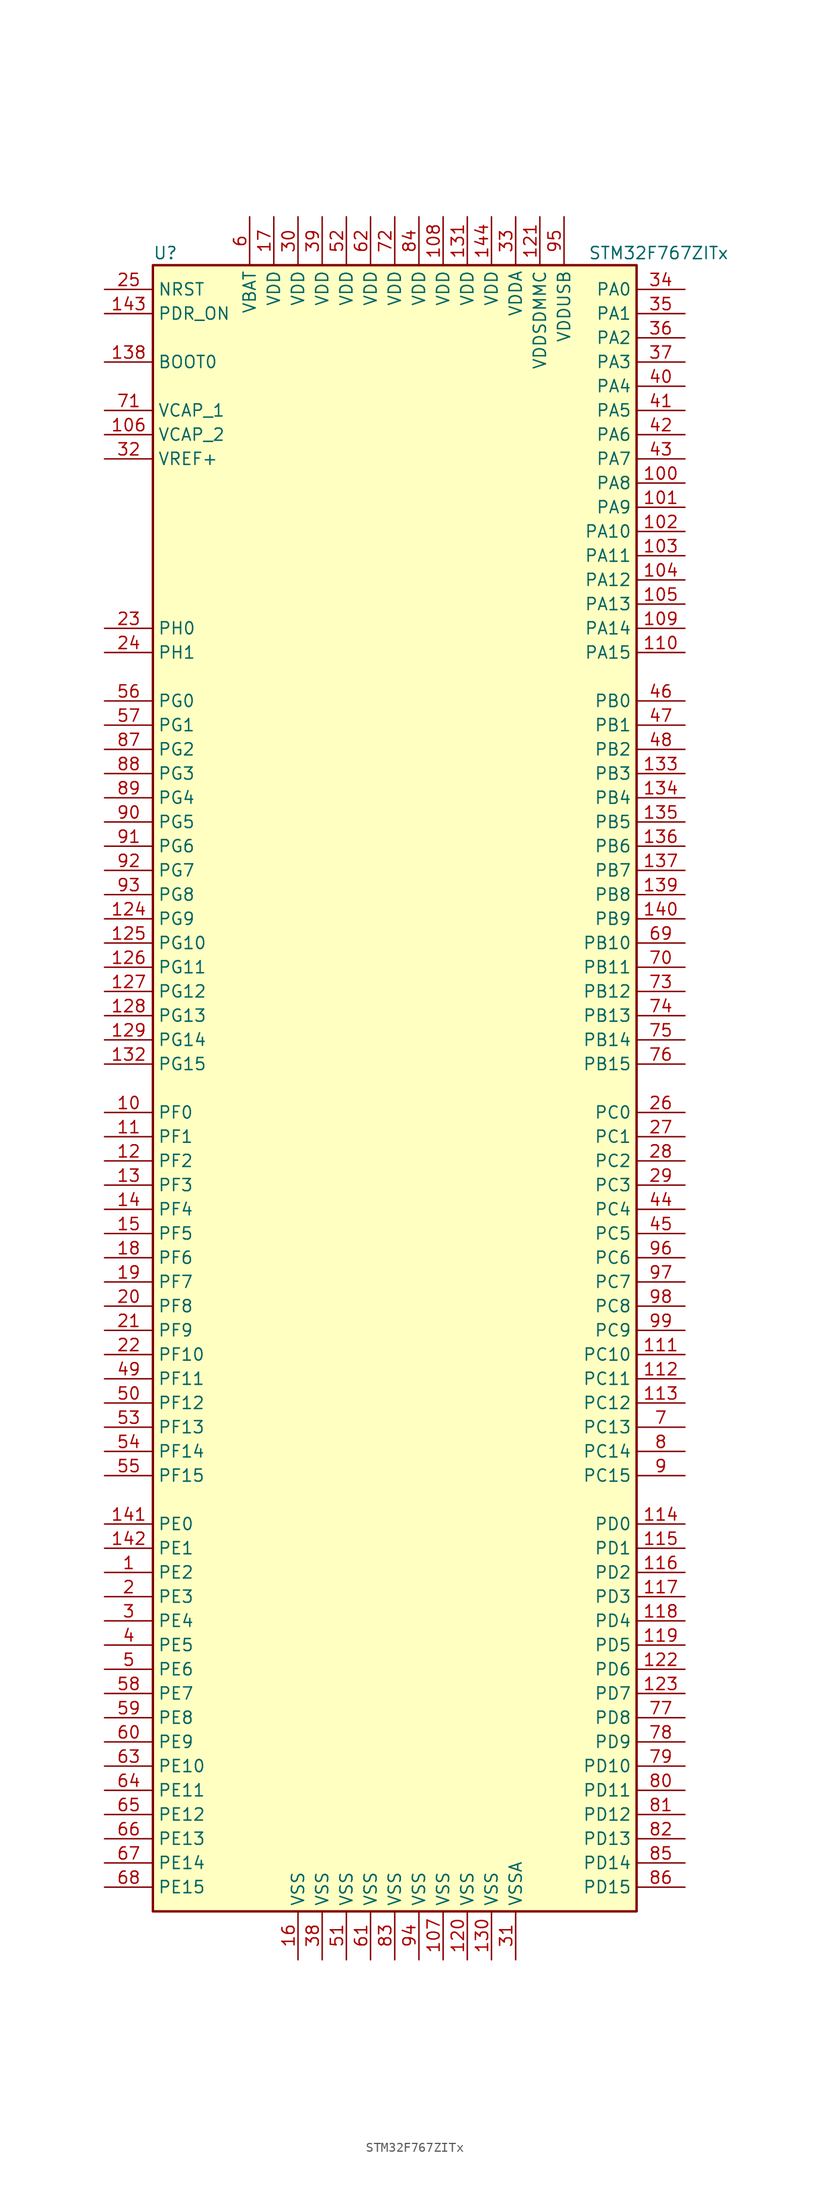
<source format=kicad_sym>
(kicad_symbol_lib
  (version 20201005)
  (generator kicad_symbol_editor)
  (symbol "MCU_ST_STM32F7:STM32F767ZITx"
    (property "Reference" "U"
      (at -25.4 87.63 0)
      (effects (font (size 1.27 1.27)) (justify left)))
    (property "Value" "STM32F767ZITx"
      (at 20.32 87.63 0)
      (effects (font (size 1.27 1.27)) (justify left)))
    (symbol "STM32F767ZITx_0_1"
      (rectangle (start -25.4 -86.36) (end 25.4 86.36) (stroke (width 0.254)) (fill (type background))))
    (symbol "STM32F767ZITx_1_1"
      (pin input line (at -30.48 76.2 0) (length 5.08) (name "BOOT0" (effects (font (size 1.27 1.27)))) (number "138" (effects (font (size 1.27 1.27)))))
      (pin input line (at -30.48 83.82 0) (length 5.08) (name "NRST" (effects (font (size 1.27 1.27)))) (number "25" (effects (font (size 1.27 1.27)))))
      (pin bidirectional line (at 30.48 83.82 180) (length 5.08) (name "PA0" (effects (font (size 1.27 1.27)))) (number "34" (effects (font (size 1.27 1.27)))))
      (pin bidirectional line (at 30.48 81.28 180) (length 5.08) (name "PA1" (effects (font (size 1.27 1.27)))) (number "35" (effects (font (size 1.27 1.27)))))
      (pin bidirectional line (at 30.48 58.42 180) (length 5.08) (name "PA10" (effects (font (size 1.27 1.27)))) (number "102" (effects (font (size 1.27 1.27)))))
      (pin bidirectional line (at 30.48 55.88 180) (length 5.08) (name "PA11" (effects (font (size 1.27 1.27)))) (number "103" (effects (font (size 1.27 1.27)))))
      (pin bidirectional line (at 30.48 53.34 180) (length 5.08) (name "PA12" (effects (font (size 1.27 1.27)))) (number "104" (effects (font (size 1.27 1.27)))))
      (pin bidirectional line (at 30.48 50.8 180) (length 5.08) (name "PA13" (effects (font (size 1.27 1.27)))) (number "105" (effects (font (size 1.27 1.27)))))
      (pin bidirectional line (at 30.48 48.26 180) (length 5.08) (name "PA14" (effects (font (size 1.27 1.27)))) (number "109" (effects (font (size 1.27 1.27)))))
      (pin bidirectional line (at 30.48 45.72 180) (length 5.08) (name "PA15" (effects (font (size 1.27 1.27)))) (number "110" (effects (font (size 1.27 1.27)))))
      (pin bidirectional line (at 30.48 78.74 180) (length 5.08) (name "PA2" (effects (font (size 1.27 1.27)))) (number "36" (effects (font (size 1.27 1.27)))))
      (pin bidirectional line (at 30.48 76.2 180) (length 5.08) (name "PA3" (effects (font (size 1.27 1.27)))) (number "37" (effects (font (size 1.27 1.27)))))
      (pin bidirectional line (at 30.48 73.66 180) (length 5.08) (name "PA4" (effects (font (size 1.27 1.27)))) (number "40" (effects (font (size 1.27 1.27)))))
      (pin bidirectional line (at 30.48 71.12 180) (length 5.08) (name "PA5" (effects (font (size 1.27 1.27)))) (number "41" (effects (font (size 1.27 1.27)))))
      (pin bidirectional line (at 30.48 68.58 180) (length 5.08) (name "PA6" (effects (font (size 1.27 1.27)))) (number "42" (effects (font (size 1.27 1.27)))))
      (pin bidirectional line (at 30.48 66.04 180) (length 5.08) (name "PA7" (effects (font (size 1.27 1.27)))) (number "43" (effects (font (size 1.27 1.27)))))
      (pin bidirectional line (at 30.48 63.5 180) (length 5.08) (name "PA8" (effects (font (size 1.27 1.27)))) (number "100" (effects (font (size 1.27 1.27)))))
      (pin bidirectional line (at 30.48 60.96 180) (length 5.08) (name "PA9" (effects (font (size 1.27 1.27)))) (number "101" (effects (font (size 1.27 1.27)))))
      (pin bidirectional line (at 30.48 40.64 180) (length 5.08) (name "PB0" (effects (font (size 1.27 1.27)))) (number "46" (effects (font (size 1.27 1.27)))))
      (pin bidirectional line (at 30.48 38.1 180) (length 5.08) (name "PB1" (effects (font (size 1.27 1.27)))) (number "47" (effects (font (size 1.27 1.27)))))
      (pin bidirectional line (at 30.48 15.24 180) (length 5.08) (name "PB10" (effects (font (size 1.27 1.27)))) (number "69" (effects (font (size 1.27 1.27)))))
      (pin bidirectional line (at 30.48 12.7 180) (length 5.08) (name "PB11" (effects (font (size 1.27 1.27)))) (number "70" (effects (font (size 1.27 1.27)))))
      (pin bidirectional line (at 30.48 10.16 180) (length 5.08) (name "PB12" (effects (font (size 1.27 1.27)))) (number "73" (effects (font (size 1.27 1.27)))))
      (pin bidirectional line (at 30.48 7.62 180) (length 5.08) (name "PB13" (effects (font (size 1.27 1.27)))) (number "74" (effects (font (size 1.27 1.27)))))
      (pin bidirectional line (at 30.48 5.08 180) (length 5.08) (name "PB14" (effects (font (size 1.27 1.27)))) (number "75" (effects (font (size 1.27 1.27)))))
      (pin bidirectional line (at 30.48 2.54 180) (length 5.08) (name "PB15" (effects (font (size 1.27 1.27)))) (number "76" (effects (font (size 1.27 1.27)))))
      (pin bidirectional line (at 30.48 35.56 180) (length 5.08) (name "PB2" (effects (font (size 1.27 1.27)))) (number "48" (effects (font (size 1.27 1.27)))))
      (pin bidirectional line (at 30.48 33.02 180) (length 5.08) (name "PB3" (effects (font (size 1.27 1.27)))) (number "133" (effects (font (size 1.27 1.27)))))
      (pin bidirectional line (at 30.48 30.48 180) (length 5.08) (name "PB4" (effects (font (size 1.27 1.27)))) (number "134" (effects (font (size 1.27 1.27)))))
      (pin bidirectional line (at 30.48 27.94 180) (length 5.08) (name "PB5" (effects (font (size 1.27 1.27)))) (number "135" (effects (font (size 1.27 1.27)))))
      (pin bidirectional line (at 30.48 25.4 180) (length 5.08) (name "PB6" (effects (font (size 1.27 1.27)))) (number "136" (effects (font (size 1.27 1.27)))))
      (pin bidirectional line (at 30.48 22.86 180) (length 5.08) (name "PB7" (effects (font (size 1.27 1.27)))) (number "137" (effects (font (size 1.27 1.27)))))
      (pin bidirectional line (at 30.48 20.32 180) (length 5.08) (name "PB8" (effects (font (size 1.27 1.27)))) (number "139" (effects (font (size 1.27 1.27)))))
      (pin bidirectional line (at 30.48 17.78 180) (length 5.08) (name "PB9" (effects (font (size 1.27 1.27)))) (number "140" (effects (font (size 1.27 1.27)))))
      (pin bidirectional line (at 30.48 -2.54 180) (length 5.08) (name "PC0" (effects (font (size 1.27 1.27)))) (number "26" (effects (font (size 1.27 1.27)))))
      (pin bidirectional line (at 30.48 -5.08 180) (length 5.08) (name "PC1" (effects (font (size 1.27 1.27)))) (number "27" (effects (font (size 1.27 1.27)))))
      (pin bidirectional line (at 30.48 -27.94 180) (length 5.08) (name "PC10" (effects (font (size 1.27 1.27)))) (number "111" (effects (font (size 1.27 1.27)))))
      (pin bidirectional line (at 30.48 -30.48 180) (length 5.08) (name "PC11" (effects (font (size 1.27 1.27)))) (number "112" (effects (font (size 1.27 1.27)))))
      (pin bidirectional line (at 30.48 -33.02 180) (length 5.08) (name "PC12" (effects (font (size 1.27 1.27)))) (number "113" (effects (font (size 1.27 1.27)))))
      (pin bidirectional line (at 30.48 -35.56 180) (length 5.08) (name "PC13" (effects (font (size 1.27 1.27)))) (number "7" (effects (font (size 1.27 1.27)))))
      (pin bidirectional line (at 30.48 -38.1 180) (length 5.08) (name "PC14" (effects (font (size 1.27 1.27)))) (number "8" (effects (font (size 1.27 1.27)))))
      (pin bidirectional line (at 30.48 -40.64 180) (length 5.08) (name "PC15" (effects (font (size 1.27 1.27)))) (number "9" (effects (font (size 1.27 1.27)))))
      (pin bidirectional line (at 30.48 -7.62 180) (length 5.08) (name "PC2" (effects (font (size 1.27 1.27)))) (number "28" (effects (font (size 1.27 1.27)))))
      (pin bidirectional line (at 30.48 -10.16 180) (length 5.08) (name "PC3" (effects (font (size 1.27 1.27)))) (number "29" (effects (font (size 1.27 1.27)))))
      (pin bidirectional line (at 30.48 -12.7 180) (length 5.08) (name "PC4" (effects (font (size 1.27 1.27)))) (number "44" (effects (font (size 1.27 1.27)))))
      (pin bidirectional line (at 30.48 -15.24 180) (length 5.08) (name "PC5" (effects (font (size 1.27 1.27)))) (number "45" (effects (font (size 1.27 1.27)))))
      (pin bidirectional line (at 30.48 -17.78 180) (length 5.08) (name "PC6" (effects (font (size 1.27 1.27)))) (number "96" (effects (font (size 1.27 1.27)))))
      (pin bidirectional line (at 30.48 -20.32 180) (length 5.08) (name "PC7" (effects (font (size 1.27 1.27)))) (number "97" (effects (font (size 1.27 1.27)))))
      (pin bidirectional line (at 30.48 -22.86 180) (length 5.08) (name "PC8" (effects (font (size 1.27 1.27)))) (number "98" (effects (font (size 1.27 1.27)))))
      (pin bidirectional line (at 30.48 -25.4 180) (length 5.08) (name "PC9" (effects (font (size 1.27 1.27)))) (number "99" (effects (font (size 1.27 1.27)))))
      (pin bidirectional line (at 30.48 -45.72 180) (length 5.08) (name "PD0" (effects (font (size 1.27 1.27)))) (number "114" (effects (font (size 1.27 1.27)))))
      (pin bidirectional line (at 30.48 -48.26 180) (length 5.08) (name "PD1" (effects (font (size 1.27 1.27)))) (number "115" (effects (font (size 1.27 1.27)))))
      (pin bidirectional line (at 30.48 -71.12 180) (length 5.08) (name "PD10" (effects (font (size 1.27 1.27)))) (number "79" (effects (font (size 1.27 1.27)))))
      (pin bidirectional line (at 30.48 -73.66 180) (length 5.08) (name "PD11" (effects (font (size 1.27 1.27)))) (number "80" (effects (font (size 1.27 1.27)))))
      (pin bidirectional line (at 30.48 -76.2 180) (length 5.08) (name "PD12" (effects (font (size 1.27 1.27)))) (number "81" (effects (font (size 1.27 1.27)))))
      (pin bidirectional line (at 30.48 -78.74 180) (length 5.08) (name "PD13" (effects (font (size 1.27 1.27)))) (number "82" (effects (font (size 1.27 1.27)))))
      (pin bidirectional line (at 30.48 -81.28 180) (length 5.08) (name "PD14" (effects (font (size 1.27 1.27)))) (number "85" (effects (font (size 1.27 1.27)))))
      (pin bidirectional line (at 30.48 -83.82 180) (length 5.08) (name "PD15" (effects (font (size 1.27 1.27)))) (number "86" (effects (font (size 1.27 1.27)))))
      (pin bidirectional line (at 30.48 -50.8 180) (length 5.08) (name "PD2" (effects (font (size 1.27 1.27)))) (number "116" (effects (font (size 1.27 1.27)))))
      (pin bidirectional line (at 30.48 -53.34 180) (length 5.08) (name "PD3" (effects (font (size 1.27 1.27)))) (number "117" (effects (font (size 1.27 1.27)))))
      (pin bidirectional line (at 30.48 -55.88 180) (length 5.08) (name "PD4" (effects (font (size 1.27 1.27)))) (number "118" (effects (font (size 1.27 1.27)))))
      (pin bidirectional line (at 30.48 -58.42 180) (length 5.08) (name "PD5" (effects (font (size 1.27 1.27)))) (number "119" (effects (font (size 1.27 1.27)))))
      (pin bidirectional line (at 30.48 -60.96 180) (length 5.08) (name "PD6" (effects (font (size 1.27 1.27)))) (number "122" (effects (font (size 1.27 1.27)))))
      (pin bidirectional line (at 30.48 -63.5 180) (length 5.08) (name "PD7" (effects (font (size 1.27 1.27)))) (number "123" (effects (font (size 1.27 1.27)))))
      (pin bidirectional line (at 30.48 -66.04 180) (length 5.08) (name "PD8" (effects (font (size 1.27 1.27)))) (number "77" (effects (font (size 1.27 1.27)))))
      (pin bidirectional line (at 30.48 -68.58 180) (length 5.08) (name "PD9" (effects (font (size 1.27 1.27)))) (number "78" (effects (font (size 1.27 1.27)))))
      (pin input line (at -30.48 81.28 0) (length 5.08) (name "PDR_ON" (effects (font (size 1.27 1.27)))) (number "143" (effects (font (size 1.27 1.27)))))
      (pin bidirectional line (at -30.48 -45.72 0) (length 5.08) (name "PE0" (effects (font (size 1.27 1.27)))) (number "141" (effects (font (size 1.27 1.27)))))
      (pin bidirectional line (at -30.48 -48.26 0) (length 5.08) (name "PE1" (effects (font (size 1.27 1.27)))) (number "142" (effects (font (size 1.27 1.27)))))
      (pin bidirectional line (at -30.48 -71.12 0) (length 5.08) (name "PE10" (effects (font (size 1.27 1.27)))) (number "63" (effects (font (size 1.27 1.27)))))
      (pin bidirectional line (at -30.48 -73.66 0) (length 5.08) (name "PE11" (effects (font (size 1.27 1.27)))) (number "64" (effects (font (size 1.27 1.27)))))
      (pin bidirectional line (at -30.48 -76.2 0) (length 5.08) (name "PE12" (effects (font (size 1.27 1.27)))) (number "65" (effects (font (size 1.27 1.27)))))
      (pin bidirectional line (at -30.48 -78.74 0) (length 5.08) (name "PE13" (effects (font (size 1.27 1.27)))) (number "66" (effects (font (size 1.27 1.27)))))
      (pin bidirectional line (at -30.48 -81.28 0) (length 5.08) (name "PE14" (effects (font (size 1.27 1.27)))) (number "67" (effects (font (size 1.27 1.27)))))
      (pin bidirectional line (at -30.48 -83.82 0) (length 5.08) (name "PE15" (effects (font (size 1.27 1.27)))) (number "68" (effects (font (size 1.27 1.27)))))
      (pin bidirectional line (at -30.48 -50.8 0) (length 5.08) (name "PE2" (effects (font (size 1.27 1.27)))) (number "1" (effects (font (size 1.27 1.27)))))
      (pin bidirectional line (at -30.48 -53.34 0) (length 5.08) (name "PE3" (effects (font (size 1.27 1.27)))) (number "2" (effects (font (size 1.27 1.27)))))
      (pin bidirectional line (at -30.48 -55.88 0) (length 5.08) (name "PE4" (effects (font (size 1.27 1.27)))) (number "3" (effects (font (size 1.27 1.27)))))
      (pin bidirectional line (at -30.48 -58.42 0) (length 5.08) (name "PE5" (effects (font (size 1.27 1.27)))) (number "4" (effects (font (size 1.27 1.27)))))
      (pin bidirectional line (at -30.48 -60.96 0) (length 5.08) (name "PE6" (effects (font (size 1.27 1.27)))) (number "5" (effects (font (size 1.27 1.27)))))
      (pin bidirectional line (at -30.48 -63.5 0) (length 5.08) (name "PE7" (effects (font (size 1.27 1.27)))) (number "58" (effects (font (size 1.27 1.27)))))
      (pin bidirectional line (at -30.48 -66.04 0) (length 5.08) (name "PE8" (effects (font (size 1.27 1.27)))) (number "59" (effects (font (size 1.27 1.27)))))
      (pin bidirectional line (at -30.48 -68.58 0) (length 5.08) (name "PE9" (effects (font (size 1.27 1.27)))) (number "60" (effects (font (size 1.27 1.27)))))
      (pin bidirectional line (at -30.48 -2.54 0) (length 5.08) (name "PF0" (effects (font (size 1.27 1.27)))) (number "10" (effects (font (size 1.27 1.27)))))
      (pin bidirectional line (at -30.48 -5.08 0) (length 5.08) (name "PF1" (effects (font (size 1.27 1.27)))) (number "11" (effects (font (size 1.27 1.27)))))
      (pin bidirectional line (at -30.48 -27.94 0) (length 5.08) (name "PF10" (effects (font (size 1.27 1.27)))) (number "22" (effects (font (size 1.27 1.27)))))
      (pin bidirectional line (at -30.48 -30.48 0) (length 5.08) (name "PF11" (effects (font (size 1.27 1.27)))) (number "49" (effects (font (size 1.27 1.27)))))
      (pin bidirectional line (at -30.48 -33.02 0) (length 5.08) (name "PF12" (effects (font (size 1.27 1.27)))) (number "50" (effects (font (size 1.27 1.27)))))
      (pin bidirectional line (at -30.48 -35.56 0) (length 5.08) (name "PF13" (effects (font (size 1.27 1.27)))) (number "53" (effects (font (size 1.27 1.27)))))
      (pin bidirectional line (at -30.48 -38.1 0) (length 5.08) (name "PF14" (effects (font (size 1.27 1.27)))) (number "54" (effects (font (size 1.27 1.27)))))
      (pin bidirectional line (at -30.48 -40.64 0) (length 5.08) (name "PF15" (effects (font (size 1.27 1.27)))) (number "55" (effects (font (size 1.27 1.27)))))
      (pin bidirectional line (at -30.48 -7.62 0) (length 5.08) (name "PF2" (effects (font (size 1.27 1.27)))) (number "12" (effects (font (size 1.27 1.27)))))
      (pin bidirectional line (at -30.48 -10.16 0) (length 5.08) (name "PF3" (effects (font (size 1.27 1.27)))) (number "13" (effects (font (size 1.27 1.27)))))
      (pin bidirectional line (at -30.48 -12.7 0) (length 5.08) (name "PF4" (effects (font (size 1.27 1.27)))) (number "14" (effects (font (size 1.27 1.27)))))
      (pin bidirectional line (at -30.48 -15.24 0) (length 5.08) (name "PF5" (effects (font (size 1.27 1.27)))) (number "15" (effects (font (size 1.27 1.27)))))
      (pin bidirectional line (at -30.48 -17.78 0) (length 5.08) (name "PF6" (effects (font (size 1.27 1.27)))) (number "18" (effects (font (size 1.27 1.27)))))
      (pin bidirectional line (at -30.48 -20.32 0) (length 5.08) (name "PF7" (effects (font (size 1.27 1.27)))) (number "19" (effects (font (size 1.27 1.27)))))
      (pin bidirectional line (at -30.48 -22.86 0) (length 5.08) (name "PF8" (effects (font (size 1.27 1.27)))) (number "20" (effects (font (size 1.27 1.27)))))
      (pin bidirectional line (at -30.48 -25.4 0) (length 5.08) (name "PF9" (effects (font (size 1.27 1.27)))) (number "21" (effects (font (size 1.27 1.27)))))
      (pin bidirectional line (at -30.48 40.64 0) (length 5.08) (name "PG0" (effects (font (size 1.27 1.27)))) (number "56" (effects (font (size 1.27 1.27)))))
      (pin bidirectional line (at -30.48 38.1 0) (length 5.08) (name "PG1" (effects (font (size 1.27 1.27)))) (number "57" (effects (font (size 1.27 1.27)))))
      (pin bidirectional line (at -30.48 15.24 0) (length 5.08) (name "PG10" (effects (font (size 1.27 1.27)))) (number "125" (effects (font (size 1.27 1.27)))))
      (pin bidirectional line (at -30.48 12.7 0) (length 5.08) (name "PG11" (effects (font (size 1.27 1.27)))) (number "126" (effects (font (size 1.27 1.27)))))
      (pin bidirectional line (at -30.48 10.16 0) (length 5.08) (name "PG12" (effects (font (size 1.27 1.27)))) (number "127" (effects (font (size 1.27 1.27)))))
      (pin bidirectional line (at -30.48 7.62 0) (length 5.08) (name "PG13" (effects (font (size 1.27 1.27)))) (number "128" (effects (font (size 1.27 1.27)))))
      (pin bidirectional line (at -30.48 5.08 0) (length 5.08) (name "PG14" (effects (font (size 1.27 1.27)))) (number "129" (effects (font (size 1.27 1.27)))))
      (pin bidirectional line (at -30.48 2.54 0) (length 5.08) (name "PG15" (effects (font (size 1.27 1.27)))) (number "132" (effects (font (size 1.27 1.27)))))
      (pin bidirectional line (at -30.48 35.56 0) (length 5.08) (name "PG2" (effects (font (size 1.27 1.27)))) (number "87" (effects (font (size 1.27 1.27)))))
      (pin bidirectional line (at -30.48 33.02 0) (length 5.08) (name "PG3" (effects (font (size 1.27 1.27)))) (number "88" (effects (font (size 1.27 1.27)))))
      (pin bidirectional line (at -30.48 30.48 0) (length 5.08) (name "PG4" (effects (font (size 1.27 1.27)))) (number "89" (effects (font (size 1.27 1.27)))))
      (pin bidirectional line (at -30.48 27.94 0) (length 5.08) (name "PG5" (effects (font (size 1.27 1.27)))) (number "90" (effects (font (size 1.27 1.27)))))
      (pin bidirectional line (at -30.48 25.4 0) (length 5.08) (name "PG6" (effects (font (size 1.27 1.27)))) (number "91" (effects (font (size 1.27 1.27)))))
      (pin bidirectional line (at -30.48 22.86 0) (length 5.08) (name "PG7" (effects (font (size 1.27 1.27)))) (number "92" (effects (font (size 1.27 1.27)))))
      (pin bidirectional line (at -30.48 20.32 0) (length 5.08) (name "PG8" (effects (font (size 1.27 1.27)))) (number "93" (effects (font (size 1.27 1.27)))))
      (pin bidirectional line (at -30.48 17.78 0) (length 5.08) (name "PG9" (effects (font (size 1.27 1.27)))) (number "124" (effects (font (size 1.27 1.27)))))
      (pin input line (at -30.48 48.26 0) (length 5.08) (name "PH0" (effects (font (size 1.27 1.27)))) (number "23" (effects (font (size 1.27 1.27)))))
      (pin input line (at -30.48 45.72 0) (length 5.08) (name "PH1" (effects (font (size 1.27 1.27)))) (number "24" (effects (font (size 1.27 1.27)))))
      (pin power_in line (at -15.24 91.44 270) (length 5.08) (name "VBAT" (effects (font (size 1.27 1.27)))) (number "6" (effects (font (size 1.27 1.27)))))
      (pin power_in line (at -30.48 71.12 0) (length 5.08) (name "VCAP_1" (effects (font (size 1.27 1.27)))) (number "71" (effects (font (size 1.27 1.27)))))
      (pin power_in line (at -30.48 68.58 0) (length 5.08) (name "VCAP_2" (effects (font (size 1.27 1.27)))) (number "106" (effects (font (size 1.27 1.27)))))
      (pin power_in line (at 5.08 91.44 270) (length 5.08) (name "VDD" (effects (font (size 1.27 1.27)))) (number "108" (effects (font (size 1.27 1.27)))))
      (pin power_in line (at 7.62 91.44 270) (length 5.08) (name "VDD" (effects (font (size 1.27 1.27)))) (number "131" (effects (font (size 1.27 1.27)))))
      (pin power_in line (at 10.16 91.44 270) (length 5.08) (name "VDD" (effects (font (size 1.27 1.27)))) (number "144" (effects (font (size 1.27 1.27)))))
      (pin power_in line (at -12.7 91.44 270) (length 5.08) (name "VDD" (effects (font (size 1.27 1.27)))) (number "17" (effects (font (size 1.27 1.27)))))
      (pin power_in line (at -10.16 91.44 270) (length 5.08) (name "VDD" (effects (font (size 1.27 1.27)))) (number "30" (effects (font (size 1.27 1.27)))))
      (pin power_in line (at -7.62 91.44 270) (length 5.08) (name "VDD" (effects (font (size 1.27 1.27)))) (number "39" (effects (font (size 1.27 1.27)))))
      (pin power_in line (at -5.08 91.44 270) (length 5.08) (name "VDD" (effects (font (size 1.27 1.27)))) (number "52" (effects (font (size 1.27 1.27)))))
      (pin power_in line (at -2.54 91.44 270) (length 5.08) (name "VDD" (effects (font (size 1.27 1.27)))) (number "62" (effects (font (size 1.27 1.27)))))
      (pin power_in line (at 0 91.44 270) (length 5.08) (name "VDD" (effects (font (size 1.27 1.27)))) (number "72" (effects (font (size 1.27 1.27)))))
      (pin power_in line (at 2.54 91.44 270) (length 5.08) (name "VDD" (effects (font (size 1.27 1.27)))) (number "84" (effects (font (size 1.27 1.27)))))
      (pin power_in line (at 12.7 91.44 270) (length 5.08) (name "VDDA" (effects (font (size 1.27 1.27)))) (number "33" (effects (font (size 1.27 1.27)))))
      (pin power_in line (at 15.24 91.44 270) (length 5.08) (name "VDDSDMMC" (effects (font (size 1.27 1.27)))) (number "121" (effects (font (size 1.27 1.27)))))
      (pin power_in line (at 17.78 91.44 270) (length 5.08) (name "VDDUSB" (effects (font (size 1.27 1.27)))) (number "95" (effects (font (size 1.27 1.27)))))
      (pin power_in line (at -30.48 66.04 0) (length 5.08) (name "VREF+" (effects (font (size 1.27 1.27)))) (number "32" (effects (font (size 1.27 1.27)))))
      (pin power_in line (at 5.08 -91.44 90) (length 5.08) (name "VSS" (effects (font (size 1.27 1.27)))) (number "107" (effects (font (size 1.27 1.27)))))
      (pin power_in line (at 7.62 -91.44 90) (length 5.08) (name "VSS" (effects (font (size 1.27 1.27)))) (number "120" (effects (font (size 1.27 1.27)))))
      (pin power_in line (at 10.16 -91.44 90) (length 5.08) (name "VSS" (effects (font (size 1.27 1.27)))) (number "130" (effects (font (size 1.27 1.27)))))
      (pin power_in line (at -10.16 -91.44 90) (length 5.08) (name "VSS" (effects (font (size 1.27 1.27)))) (number "16" (effects (font (size 1.27 1.27)))))
      (pin power_in line (at -7.62 -91.44 90) (length 5.08) (name "VSS" (effects (font (size 1.27 1.27)))) (number "38" (effects (font (size 1.27 1.27)))))
      (pin power_in line (at -5.08 -91.44 90) (length 5.08) (name "VSS" (effects (font (size 1.27 1.27)))) (number "51" (effects (font (size 1.27 1.27)))))
      (pin power_in line (at -2.54 -91.44 90) (length 5.08) (name "VSS" (effects (font (size 1.27 1.27)))) (number "61" (effects (font (size 1.27 1.27)))))
      (pin power_in line (at 0 -91.44 90) (length 5.08) (name "VSS" (effects (font (size 1.27 1.27)))) (number "83" (effects (font (size 1.27 1.27)))))
      (pin power_in line (at 2.54 -91.44 90) (length 5.08) (name "VSS" (effects (font (size 1.27 1.27)))) (number "94" (effects (font (size 1.27 1.27)))))
      (pin power_in line (at 12.7 -91.44 90) (length 5.08) (name "VSSA" (effects (font (size 1.27 1.27)))) (number "31" (effects (font (size 1.27 1.27))))))))
</source>
